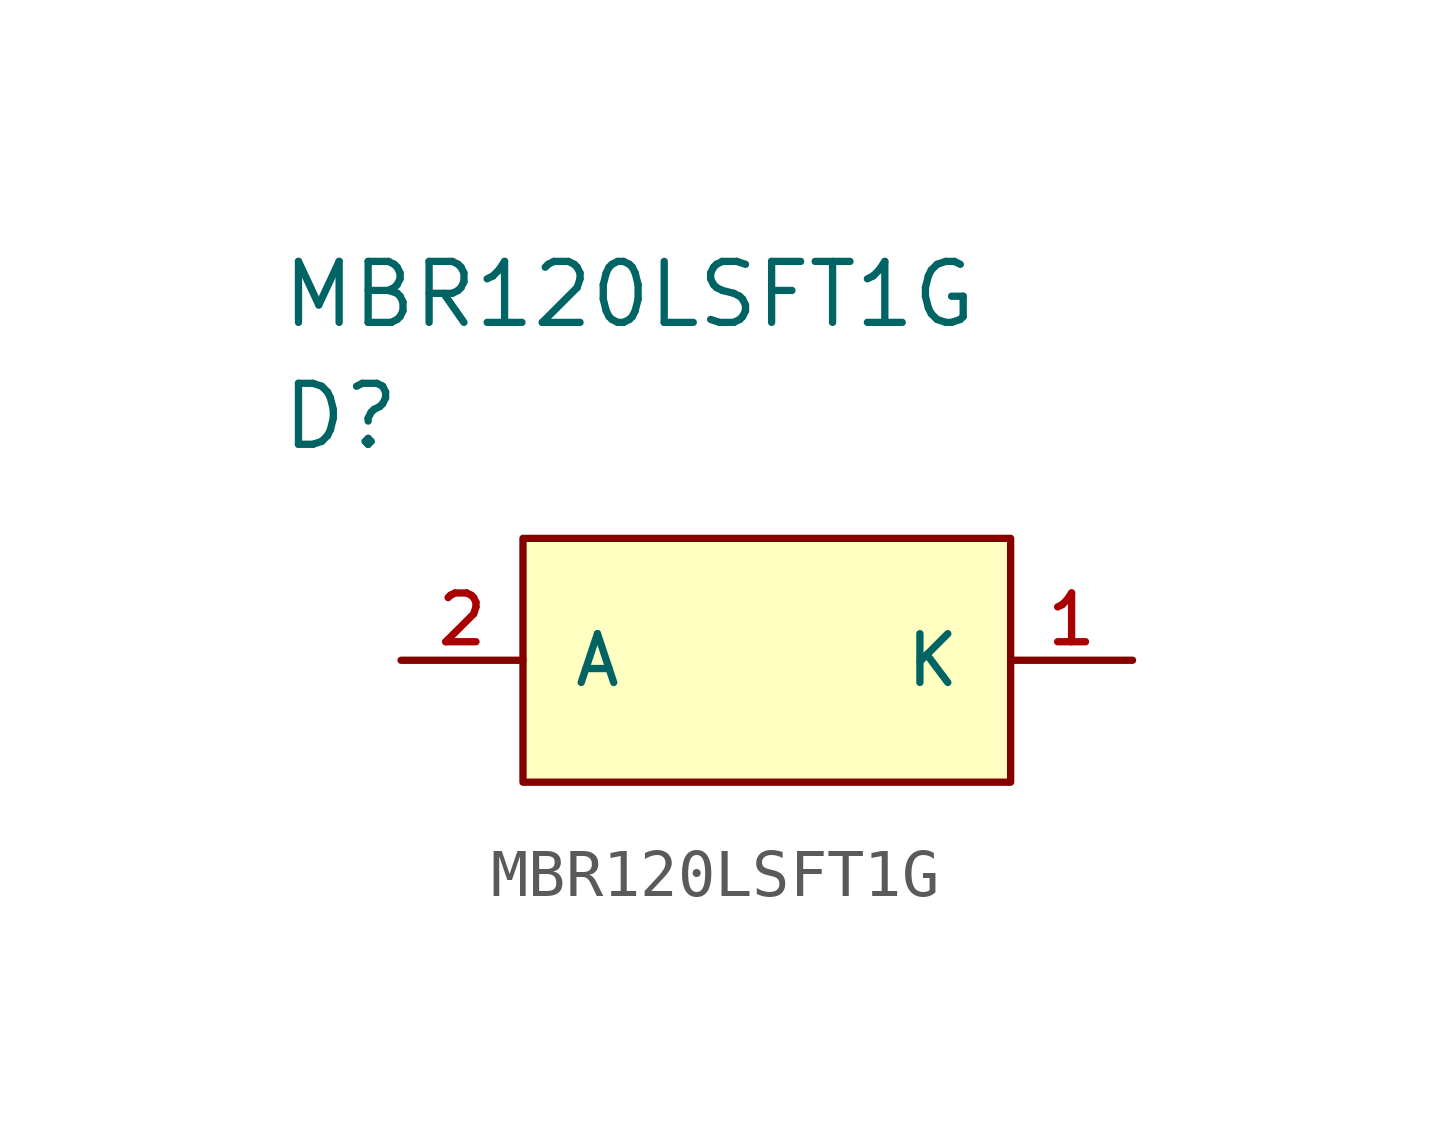
<source format=kicad_sym>
(kicad_symbol_lib
  (version 20211014)
  (generator kicad_symbol_editor)
  (symbol "MBR120LSFT1G"
    (pin_names
      (offset 1.016))
    (property "Reference" "D"
      (at 0 5.08 0)
      (effects (font (size 1.27 1.27)) (justify left)))
    (property "Value" "MBR120LSFT1G"
      (at 0 7.62 0)
      (effects (font (size 1.27 1.27)) (justify left)))
    (property "ki_locked" ""
      (at 0 0 0)
      (effects (font (size 1.27 1.27))))
    (symbol "MBR120LSFT1G_1_1"
      (rectangle (start 5.08 2.54) (end 15.24 -2.54) (stroke (width 0) (type default) (color 0 0 0 0)) (fill (type background)))
      (pin passive line (at 17.78 0 180) (length 2.54) (name "K" (effects (font (size 1.016 1.016)))) (number "1" (effects (font (size 1.016 1.016)))))
      (pin passive line (at 2.54 0 0) (length 2.54) (name "A" (effects (font (size 1.016 1.016)))) (number "2" (effects (font (size 1.016 1.016))))))))
</source>
